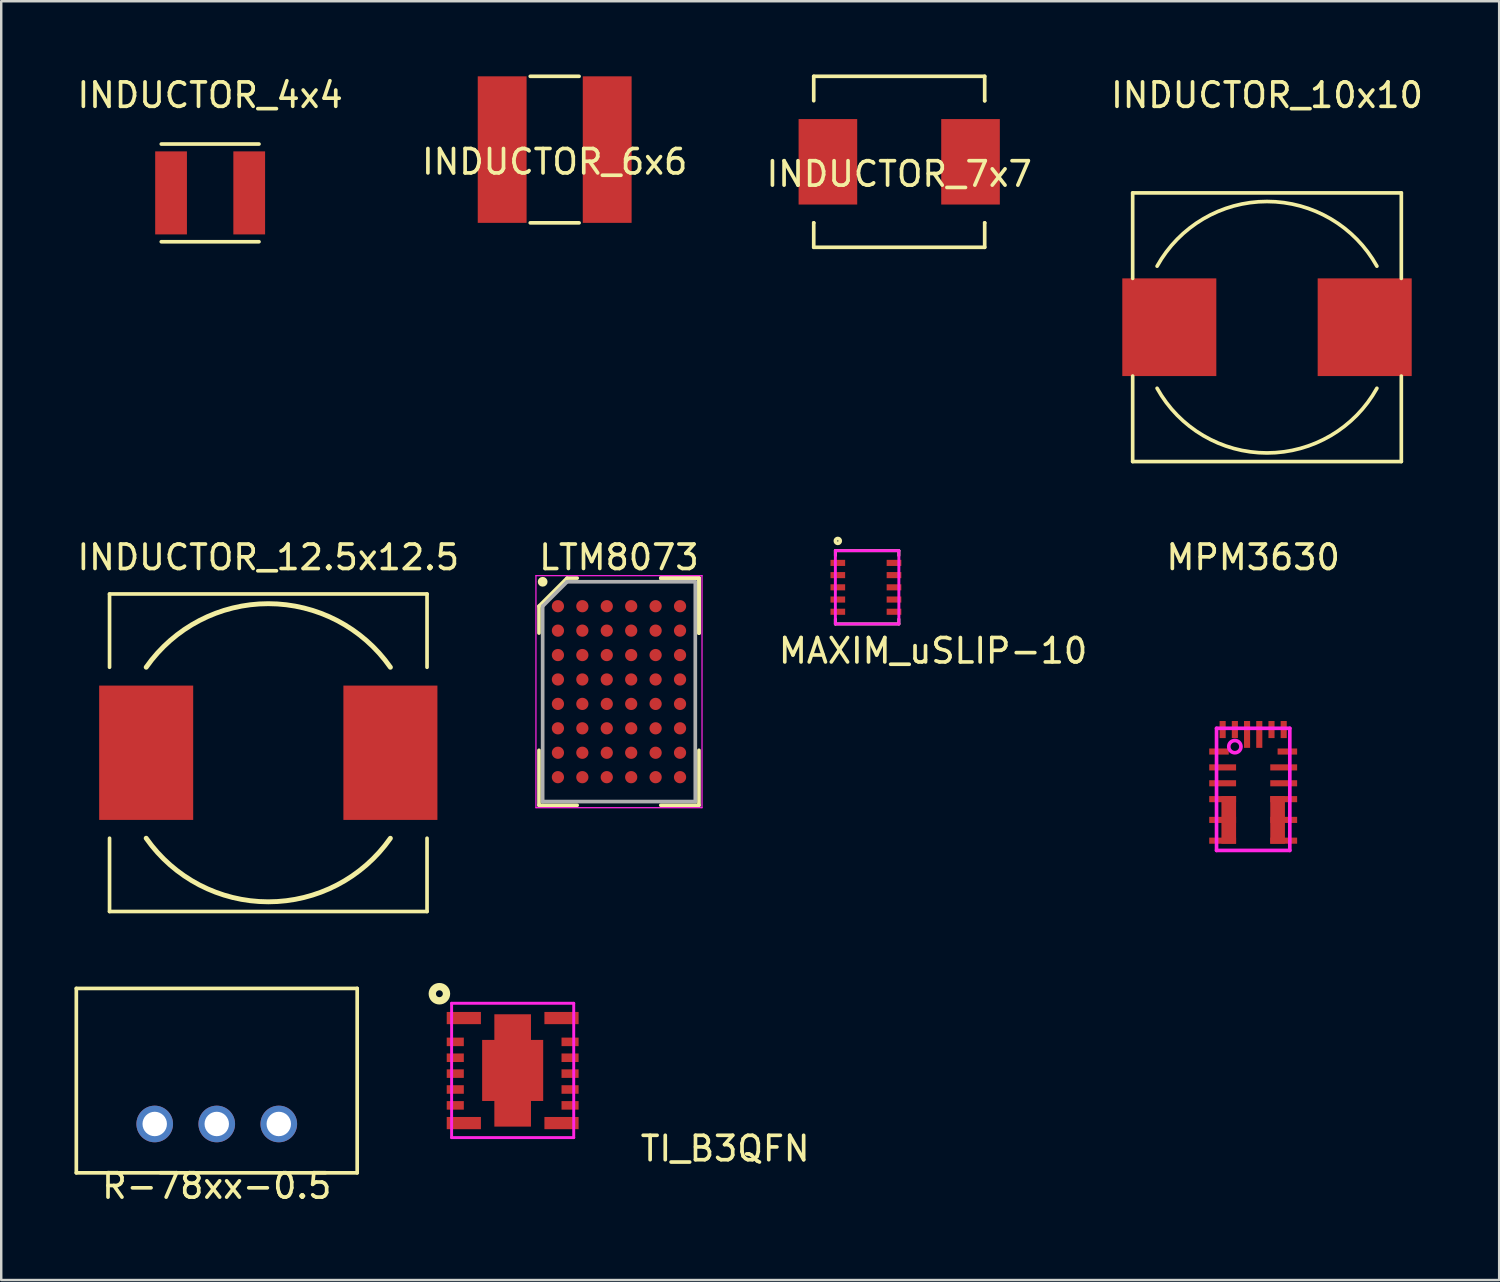
<source format=kicad_pcb>
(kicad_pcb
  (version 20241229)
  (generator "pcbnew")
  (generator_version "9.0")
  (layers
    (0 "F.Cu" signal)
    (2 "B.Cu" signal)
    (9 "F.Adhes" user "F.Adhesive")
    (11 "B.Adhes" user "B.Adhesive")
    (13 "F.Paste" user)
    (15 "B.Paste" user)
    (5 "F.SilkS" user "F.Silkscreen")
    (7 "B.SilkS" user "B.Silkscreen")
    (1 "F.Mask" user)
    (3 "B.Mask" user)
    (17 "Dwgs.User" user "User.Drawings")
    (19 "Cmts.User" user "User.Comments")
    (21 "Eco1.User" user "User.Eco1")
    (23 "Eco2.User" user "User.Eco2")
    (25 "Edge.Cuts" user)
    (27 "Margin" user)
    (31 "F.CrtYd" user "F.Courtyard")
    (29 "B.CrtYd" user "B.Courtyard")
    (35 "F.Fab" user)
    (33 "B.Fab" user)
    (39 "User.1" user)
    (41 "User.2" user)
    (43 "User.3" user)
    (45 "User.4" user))
  (footprint "TI_B3QFN"
    (layer "F.Cu")
    (at 17.941 40.779)
    (property "Reference" "TI_B3QFN" (at 8.7 3.2 0) (unlocked yes) (layer "F.SilkS") (effects (font (size 1 1) (thickness 0.15))))
    (attr through_hole)
    (fp_circle (center -3 -3.141) (end -2.859 -3.141) (stroke (width 0.3) (type solid)) (fill no) (layer "F.SilkS"))
    (fp_line (start -2.5 -2.75) (end -2.5 2.75) (stroke (width 0.12) (type solid)) (layer "F.CrtYd"))
    (fp_line (start -2.5 -2.75) (end 2.5 -2.75) (stroke (width 0.12) (type solid)) (layer "F.CrtYd"))
    (fp_line (start -2.5 2.75) (end 2.5 2.75) (stroke (width 0.12) (type solid)) (layer "F.CrtYd"))
    (fp_line (start 2.5 -2.75) (end 2.5 2.75) (stroke (width 0.12) (type solid)) (layer "F.CrtYd"))
    (pad "1" smd rect (at -2 -2.145) (size 1.4 0.5) (layers "F.Cu" "F.Mask" "F.Paste"))
    (pad "2" smd rect (at -2.35 -1.17) (size 0.7 0.35) (layers "F.Cu" "F.Mask" "F.Paste"))
    (pad "3" smd rect (at -2.35 -0.52) (size 0.7 0.35) (layers "F.Cu" "F.Mask" "F.Paste"))
    (pad "4" smd rect (at -2.35 0.13) (size 0.7 0.35) (layers "F.Cu" "F.Mask" "F.Paste"))
    (pad "5" smd rect (at -2.35 0.78) (size 0.7 0.35) (layers "F.Cu" "F.Mask" "F.Paste"))
    (pad "6" smd rect (at -2.35 1.43) (size 0.7 0.35) (layers "F.Cu" "F.Mask" "F.Paste"))
    (pad "7" smd rect (at -2 2.155) (size 1.4 0.5) (layers "F.Cu" "F.Mask" "F.Paste"))
    (pad "8" smd rect (at 2 2.155) (size 1.4 0.5) (layers "F.Cu" "F.Mask" "F.Paste"))
    (pad "9" smd rect (at 2.35 1.43) (size 0.7 0.35) (layers "F.Cu" "F.Mask" "F.Paste"))
    (pad "10" smd rect (at 2.35 0.78) (size 0.7 0.35) (layers "F.Cu" "F.Mask" "F.Paste"))
    (pad "11" smd rect (at 2.35 0.13) (size 0.7 0.35) (layers "F.Cu" "F.Mask" "F.Paste"))
    (pad "12" smd rect (at 2.35 -0.52) (size 0.7 0.35) (layers "F.Cu" "F.Mask" "F.Paste"))
    (pad "13" smd rect (at 2.35 -1.17) (size 0.7 0.35) (layers "F.Cu" "F.Mask" "F.Paste"))
    (pad "14" smd rect (at 2 -2.145) (size 1.4 0.5) (layers "F.Cu" "F.Mask" "F.Paste"))
    (pad "15" smd custom (at 0 0) (size 2.5 2.5) (layers "F.Cu" "F.Mask" "F.Paste") (options (anchor rect)) (primitives (gr_poly (pts (xy -0.75 -2.3) (xy 0.75 -2.3) (xy 0.75 2.3) (xy -0.75 2.3)) (width 0) (fill yes)))))
  (footprint "MAXIM_uSLIP-10"
    (layer "F.Cu")
    (at 32.454 21.098)
    (property "Reference" "MAXIM_uSLIP-10" (at 2.7 2.5 0) (layer "F.SilkS") (effects (font (size 1 1) (thickness 0.15))))
    (attr through_hole)
    (fp_line (start -1.3 -1.6) (end -1.3 -1.4) (stroke (width 0.12) (type solid)) (layer "F.SilkS"))
    (fp_line (start -1.3 1.2) (end -1.3 1.4) (stroke (width 0.12) (type solid)) (layer "F.SilkS"))
    (fp_line (start -1.3 1.4) (end 1.3 1.4) (stroke (width 0.12) (type solid)) (layer "F.SilkS"))
    (fp_line (start 1.3 -1.6) (end -1.3 -1.6) (stroke (width 0.12) (type solid)) (layer "F.SilkS"))
    (fp_line (start 1.3 -1.6) (end 1.3 -1.4) (stroke (width 0.12) (type solid)) (layer "F.SilkS"))
    (fp_line (start 1.3 1.4) (end 1.3 1.2) (stroke (width 0.12) (type solid)) (layer "F.SilkS"))
    (fp_circle (center -1.2 -2) (end -1.1 -2) (stroke (width 0.15) (type solid)) (fill no) (layer "F.SilkS"))
    (fp_line (start -1.3 -1.6) (end 1.3 -1.6) (stroke (width 0.12) (type solid)) (layer "F.CrtYd"))
    (fp_line (start -1.3 1.4) (end -1.3 -1.6) (stroke (width 0.12) (type solid)) (layer "F.CrtYd"))
    (fp_line (start 1.3 -1.6) (end 1.3 1.4) (stroke (width 0.12) (type solid)) (layer "F.CrtYd"))
    (fp_line (start 1.3 1.4) (end -1.3 1.4) (stroke (width 0.12) (type solid)) (layer "F.CrtYd"))
    (pad "1" smd rect (at -1.2 -1.1) (size 0.6 0.25) (layers "F.Cu" "F.Mask" "F.Paste"))
    (pad "2" smd rect (at -1.2 -0.6) (size 0.6 0.25) (layers "F.Cu" "F.Mask" "F.Paste"))
    (pad "3" smd rect (at -1.2 -0.1) (size 0.6 0.25) (layers "F.Cu" "F.Mask" "F.Paste"))
    (pad "4" smd rect (at -1.2 0.4) (size 0.6 0.25) (layers "F.Cu" "F.Mask" "F.Paste"))
    (pad "5" smd rect (at -1.2 0.9) (size 0.6 0.25) (layers "F.Cu" "F.Mask" "F.Paste"))
    (pad "6" smd rect (at 1.1 0.9) (size 0.6 0.25) (layers "F.Cu" "F.Mask" "F.Paste"))
    (pad "7" smd rect (at 1.1 0.4) (size 0.6 0.25) (layers "F.Cu" "F.Mask" "F.Paste"))
    (pad "8" smd rect (at 1.1 -0.1) (size 0.6 0.25) (layers "F.Cu" "F.Mask" "F.Paste"))
    (pad "9" smd rect (at 1.1 -0.6) (size 0.6 0.25) (layers "F.Cu" "F.Mask" "F.Paste"))
    (pad "10" smd rect (at 1.1 -1.1) (size 0.6 0.25) (layers "F.Cu" "F.Mask" "F.Paste")))
  (footprint "INDUCTOR_6x6"
    (layer "F.Cu")
    (at 19.661 3.075)
    (property "Reference" "INDUCTOR_6x6" (at 0 0.5 0) (layer "F.SilkS") (effects (font (size 1 1) (thickness 0.15))))
    (attr through_hole)
    (fp_line (start -1 -3) (end 1 -3) (stroke (width 0.15) (type solid)) (layer "F.SilkS"))
    (fp_line (start -1 3) (end 1 3) (stroke (width 0.15) (type solid)) (layer "F.SilkS"))
    (pad "1" smd rect (at -2.15 0) (size 2 6) (layers "F.Cu" "F.Mask" "F.Paste"))
    (pad "2" smd rect (at 2.15 0) (size 2 6) (layers "F.Cu" "F.Mask" "F.Paste")))
  (footprint "INDUCTOR_7x7"
    (layer "F.Cu")
    (at 33.768 3.575)
    (property "Reference" "INDUCTOR_7x7" (at 0 0.5 0) (layer "F.SilkS") (effects (font (size 1 1) (thickness 0.15))))
    (attr through_hole)
    (fp_line (start -3.5 -3.5) (end -3.5 -2.5) (stroke (width 0.15) (type solid)) (layer "F.SilkS"))
    (fp_line (start -3.5 -3.5) (end 3.5 -3.5) (stroke (width 0.15) (type solid)) (layer "F.SilkS"))
    (fp_line (start -3.5 2.5) (end -3.5 2.5) (stroke (width 0.15) (type solid)) (layer "F.SilkS"))
    (fp_line (start -3.5 3.5) (end -3.5 2.5) (stroke (width 0.15) (type solid)) (layer "F.SilkS"))
    (fp_line (start -3.5 3.5) (end 3.5 3.5) (stroke (width 0.15) (type solid)) (layer "F.SilkS"))
    (fp_line (start 3.5 -3.5) (end 3.5 -2.5) (stroke (width 0.15) (type solid)) (layer "F.SilkS"))
    (fp_line (start 3.5 -2.5) (end 3.5 -2.5) (stroke (width 0.15) (type solid)) (layer "F.SilkS"))
    (fp_line (start 3.5 2.5) (end 3.5 2.5) (stroke (width 0.15) (type solid)) (layer "F.SilkS"))
    (fp_line (start 3.5 3.5) (end 3.5 2.5) (stroke (width 0.15) (type solid)) (layer "F.SilkS"))
    (pad "1" smd rect (at -2.92 0) (size 2.4 3.5) (layers "F.Cu" "F.Mask" "F.Paste"))
    (pad "2" smd rect (at 2.92 0) (size 2.4 3.5) (layers "F.Cu" "F.Mask" "F.Paste")))
  (footprint "INDUCTOR_12.5x12.5"
    (layer "F.Cu")
    (at 7.935 27.771)
    (property "Reference" "INDUCTOR_12.5x12.5" (at 0 -8 0) (layer "F.SilkS") (effects (font (size 1 1) (thickness 0.15))))
    (attr through_hole)
    (fp_line (start -6.5 -6.5) (end 6.5 -6.5) (stroke (width 0.15) (type solid)) (layer "F.SilkS"))
    (fp_line (start -6.5 -3.5) (end -6.5 -6.5) (stroke (width 0.15) (type solid)) (layer "F.SilkS"))
    (fp_line (start -6.5 6.5) (end -6.5 3.5) (stroke (width 0.15) (type solid)) (layer "F.SilkS"))
    (fp_line (start 6.5 -6.5) (end 6.5 -3.5) (stroke (width 0.15) (type solid)) (layer "F.SilkS"))
    (fp_line (start 6.5 3.5) (end 6.5 6.5) (stroke (width 0.15) (type solid)) (layer "F.SilkS"))
    (fp_line (start 6.5 6.5) (end -6.5 6.5) (stroke (width 0.15) (type solid)) (layer "F.SilkS"))
    (fp_arc (start -4.999024 -3.501392) (mid 0.00085 -6.103277) (end 4.999999 -3.499999) (stroke (width 0.2) (type solid)) (layer "F.SilkS"))
    (fp_arc (start 4.999024 3.501392) (mid -0.00085 6.103277) (end -4.999999 3.499999) (stroke (width 0.2) (type solid)) (layer "F.SilkS"))
    (pad "1" smd rect (at -5 0) (size 3.85 5.5) (layers "F.Cu" "F.Mask" "F.Paste"))
    (pad "2" smd rect (at 5 0) (size 3.85 5.5) (layers "F.Cu" "F.Mask" "F.Paste")))
  (footprint "R-78xx-0.5"
    (layer "F.Cu")
    (at 5.825 42.971)
    (property "Reference" "R-78xx-0.5" (at 0 2.54 0) (layer "F.SilkS") (effects (font (size 1 1) (thickness 0.15))))
    (attr through_hole)
    (fp_line (start -5.75 -5.55) (end 5.75 -5.55) (stroke (width 0.15) (type solid)) (layer "F.SilkS"))
    (fp_line (start -5.75 2) (end -5.75 -5.55) (stroke (width 0.15) (type solid)) (layer "F.SilkS"))
    (fp_line (start -5.75 2) (end 5.75 2) (stroke (width 0.15) (type solid)) (layer "F.SilkS"))
    (fp_line (start 5.75 -5.55) (end 5.75 2) (stroke (width 0.15) (type solid)) (layer "F.SilkS"))
    (pad "1" thru_hole circle (at -2.54 0) (size 1.5 1.5) (drill 1) (layers "*.Cu" "*.Mask"))
    (pad "2" thru_hole circle (at 0 0) (size 1.5 1.5) (drill 1) (layers "*.Cu" "*.Mask"))
    (pad "3" thru_hole circle (at 2.54 0) (size 1.5 1.5) (drill 1) (layers "*.Cu" "*.Mask")))
  (footprint "LTM8073"
    (layer "F.Cu")
    (at 22.294 25.271)
    (property "Reference" "LTM8073" (at 0 -5.5 0) (layer "F.SilkS") (effects (font (size 1 1) (thickness 0.15))))
    (attr smd)
    (fp_line (start -3.275 -3.5) (end -3.275 -2.4) (stroke (width 0.15) (type solid)) (layer "F.SilkS"))
    (fp_line (start -3.275 4.65) (end -3.275 2.4) (stroke (width 0.15) (type solid)) (layer "F.SilkS"))
    (fp_line (start -2.125 -4.65) (end -3.275 -3.5) (stroke (width 0.15) (type solid)) (layer "F.SilkS"))
    (fp_line (start -1.712 -4.65) (end -2.125 -4.65) (stroke (width 0.15) (type solid)) (layer "F.SilkS"))
    (fp_line (start -1.712 4.65) (end -3.275 4.65) (stroke (width 0.15) (type solid)) (layer "F.SilkS"))
    (fp_line (start 1.712 -4.65) (end 3.275 -4.65) (stroke (width 0.15) (type solid)) (layer "F.SilkS"))
    (fp_line (start 1.712 -4.65) (end 3.275 -4.65) (stroke (width 0.15) (type solid)) (layer "F.SilkS"))
    (fp_line (start 1.712 -4.65) (end 3.275 -4.65) (stroke (width 0.15) (type solid)) (layer "F.SilkS"))
    (fp_line (start 1.712 4.65) (end 3.275 4.65) (stroke (width 0.15) (type solid)) (layer "F.SilkS"))
    (fp_line (start 3.275 -4.65) (end 3.275 -2.4) (stroke (width 0.15) (type solid)) (layer "F.SilkS"))
    (fp_line (start 3.275 -4.65) (end 3.275 -2.4) (stroke (width 0.15) (type solid)) (layer "F.SilkS"))
    (fp_line (start 3.275 -4.65) (end 3.275 -2.4) (stroke (width 0.15) (type solid)) (layer "F.SilkS"))
    (fp_line (start 3.275 4.65) (end 3.275 2.4) (stroke (width 0.15) (type solid)) (layer "F.SilkS"))
    (fp_circle (center -3.125 -4.5) (end -3.125 -4.4) (stroke (width 0.2) (type solid)) (fill no) (layer "F.SilkS"))
    (fp_line (start -3.4 -4.75) (end 3.4 -4.75) (stroke (width 0.05) (type solid)) (layer "F.CrtYd"))
    (fp_line (start -3.4 4.75) (end -3.4 -4.75) (stroke (width 0.05) (type solid)) (layer "F.CrtYd"))
    (fp_line (start 3.4 -4.75) (end 3.4 4.75) (stroke (width 0.05) (type solid)) (layer "F.CrtYd"))
    (fp_line (start 3.4 4.75) (end -3.4 4.75) (stroke (width 0.05) (type solid)) (layer "F.CrtYd"))
    (fp_line (start -3.125 -3.5) (end -3.125 4.5) (stroke (width 0.15) (type solid)) (layer "F.Fab"))
    (fp_line (start -3.125 4.5) (end 3.125 4.5) (stroke (width 0.15) (type solid)) (layer "F.Fab"))
    (fp_line (start -2.125 -4.5) (end -3.125 -3.5) (stroke (width 0.15) (type solid)) (layer "F.Fab"))
    (fp_line (start 3.125 -4.5) (end -2.125 -4.5) (stroke (width 0.15) (type solid)) (layer "F.Fab"))
    (fp_line (start 3.125 4.5) (end 3.125 -4.5) (stroke (width 0.15) (type solid)) (layer "F.Fab"))
    (pad "A1" smd circle (at -2.5 -3.5) (size 0.5 0.5) (layers "F.Cu" "F.Mask" "F.Paste"))
    (pad "A2" smd circle (at -1.5 -3.5) (size 0.5 0.5) (layers "F.Cu" "F.Mask" "F.Paste"))
    (pad "A3" smd circle (at -0.5 -3.5) (size 0.5 0.5) (layers "F.Cu" "F.Mask" "F.Paste"))
    (pad "A4" smd circle (at 0.5 -3.5) (size 0.5 0.5) (layers "F.Cu" "F.Mask" "F.Paste"))
    (pad "A5" smd circle (at 1.5 -3.5) (size 0.5 0.5) (layers "F.Cu" "F.Mask" "F.Paste"))
    (pad "A6" smd circle (at 2.5 -3.5) (size 0.5 0.5) (layers "F.Cu" "F.Mask" "F.Paste"))
    (pad "B1" smd circle (at -2.5 -2.5) (size 0.5 0.5) (layers "F.Cu" "F.Mask" "F.Paste"))
    (pad "B2" smd circle (at -1.5 -2.5) (size 0.5 0.5) (layers "F.Cu" "F.Mask" "F.Paste"))
    (pad "B3" smd circle (at -0.5 -2.5) (size 0.5 0.5) (layers "F.Cu" "F.Mask" "F.Paste"))
    (pad "B4" smd circle (at 0.5 -2.5) (size 0.5 0.5) (layers "F.Cu" "F.Mask" "F.Paste"))
    (pad "B5" smd circle (at 1.5 -2.5) (size 0.5 0.5) (layers "F.Cu" "F.Mask" "F.Paste"))
    (pad "B6" smd circle (at 2.5 -2.5) (size 0.5 0.5) (layers "F.Cu" "F.Mask" "F.Paste"))
    (pad "C1" smd circle (at -2.5 -1.5) (size 0.5 0.5) (layers "F.Cu" "F.Mask" "F.Paste"))
    (pad "C2" smd circle (at -1.5 -1.5) (size 0.5 0.5) (layers "F.Cu" "F.Mask" "F.Paste"))
    (pad "C3" smd circle (at -0.5 -1.5) (size 0.5 0.5) (layers "F.Cu" "F.Mask" "F.Paste"))
    (pad "C4" smd circle (at 0.5 -1.5) (size 0.5 0.5) (layers "F.Cu" "F.Mask" "F.Paste"))
    (pad "C5" smd circle (at 1.5 -1.5) (size 0.5 0.5) (layers "F.Cu" "F.Mask" "F.Paste"))
    (pad "C6" smd circle (at 2.5 -1.5) (size 0.5 0.5) (layers "F.Cu" "F.Mask" "F.Paste"))
    (pad "D1" smd circle (at -2.5 -0.5) (size 0.5 0.5) (layers "F.Cu" "F.Mask" "F.Paste"))
    (pad "D2" smd circle (at -1.5 -0.5) (size 0.5 0.5) (layers "F.Cu" "F.Mask" "F.Paste"))
    (pad "D3" smd circle (at -0.5 -0.5) (size 0.5 0.5) (layers "F.Cu" "F.Mask" "F.Paste"))
    (pad "D4" smd circle (at 0.5 -0.5) (size 0.5 0.5) (layers "F.Cu" "F.Mask" "F.Paste"))
    (pad "D5" smd circle (at 1.5 -0.5) (size 0.5 0.5) (layers "F.Cu" "F.Mask" "F.Paste"))
    (pad "D6" smd circle (at 2.5 -0.5) (size 0.5 0.5) (layers "F.Cu" "F.Mask" "F.Paste"))
    (pad "E1" smd circle (at -2.5 0.5) (size 0.5 0.5) (layers "F.Cu" "F.Mask" "F.Paste"))
    (pad "E2" smd circle (at -1.5 0.5) (size 0.5 0.5) (layers "F.Cu" "F.Mask" "F.Paste"))
    (pad "E3" smd circle (at -0.5 0.5) (size 0.5 0.5) (layers "F.Cu" "F.Mask" "F.Paste"))
    (pad "E4" smd circle (at 0.5 0.5) (size 0.5 0.5) (layers "F.Cu" "F.Mask" "F.Paste"))
    (pad "E5" smd circle (at 1.5 0.5) (size 0.5 0.5) (layers "F.Cu" "F.Mask" "F.Paste"))
    (pad "E6" smd circle (at 2.5 0.5) (size 0.5 0.5) (layers "F.Cu" "F.Mask" "F.Paste"))
    (pad "F1" smd circle (at -2.5 1.5) (size 0.5 0.5) (layers "F.Cu" "F.Mask" "F.Paste"))
    (pad "F2" smd circle (at -1.5 1.5) (size 0.5 0.5) (layers "F.Cu" "F.Mask" "F.Paste"))
    (pad "F3" smd circle (at -0.5 1.5) (size 0.5 0.5) (layers "F.Cu" "F.Mask" "F.Paste"))
    (pad "F4" smd circle (at 0.5 1.5) (size 0.5 0.5) (layers "F.Cu" "F.Mask" "F.Paste"))
    (pad "F5" smd circle (at 1.5 1.5) (size 0.5 0.5) (layers "F.Cu" "F.Mask" "F.Paste"))
    (pad "F6" smd circle (at 2.5 1.5) (size 0.5 0.5) (layers "F.Cu" "F.Mask" "F.Paste"))
    (pad "G1" smd circle (at -2.5 2.5) (size 0.5 0.5) (layers "F.Cu" "F.Mask" "F.Paste"))
    (pad "G2" smd circle (at -1.5 2.5) (size 0.5 0.5) (layers "F.Cu" "F.Mask" "F.Paste"))
    (pad "G3" smd circle (at -0.5 2.5) (size 0.5 0.5) (layers "F.Cu" "F.Mask" "F.Paste"))
    (pad "G4" smd circle (at 0.5 2.5) (size 0.5 0.5) (layers "F.Cu" "F.Mask" "F.Paste"))
    (pad "G5" smd circle (at 1.5 2.5) (size 0.5 0.5) (layers "F.Cu" "F.Mask" "F.Paste"))
    (pad "G6" smd circle (at 2.5 2.5) (size 0.5 0.5) (layers "F.Cu" "F.Mask" "F.Paste"))
    (pad "H1" smd circle (at -2.5 3.5) (size 0.5 0.5) (layers "F.Cu" "F.Mask" "F.Paste"))
    (pad "H2" smd circle (at -1.5 3.5) (size 0.5 0.5) (layers "F.Cu" "F.Mask" "F.Paste"))
    (pad "H3" smd circle (at -0.5 3.5) (size 0.5 0.5) (layers "F.Cu" "F.Mask" "F.Paste"))
    (pad "H4" smd circle (at 0.5 3.5) (size 0.5 0.5) (layers "F.Cu" "F.Mask" "F.Paste"))
    (pad "H5" smd circle (at 1.5 3.5) (size 0.5 0.5) (layers "F.Cu" "F.Mask" "F.Paste"))
    (pad "H6" smd circle (at 2.5 3.5) (size 0.5 0.5) (layers "F.Cu" "F.Mask" "F.Paste")))
  (footprint "INDUCTOR_4x4"
    (layer "F.Cu")
    (at 5.554 4.848)
    (property "Reference" "INDUCTOR_4x4" (at 0 -4 0) (layer "F.SilkS") (effects (font (size 1 1) (thickness 0.15))))
    (attr through_hole)
    (fp_line (start -2 2) (end 2 2) (stroke (width 0.15) (type solid)) (layer "F.SilkS"))
    (fp_line (start 2 -2) (end -2 -2) (stroke (width 0.15) (type solid)) (layer "F.SilkS"))
    (pad "1" smd rect (at -1.6 0) (size 1.3 3.4) (layers "F.Cu" "F.Mask" "F.Paste"))
    (pad "2" smd rect (at 1.6 0) (size 1.3 3.4) (layers "F.Cu" "F.Mask" "F.Paste")))
  (footprint "INDUCTOR_10x10"
    (layer "F.Cu")
    (at 48.827 10.348)
    (property "Reference" "INDUCTOR_10x10" (at 0 -9.5 0) (layer "F.SilkS") (effects (font (size 1 1) (thickness 0.15))))
    (attr through_hole)
    (fp_line (start -5.5 -5.5) (end 5.5 -5.5) (stroke (width 0.15) (type solid)) (layer "F.SilkS"))
    (fp_line (start -5.5 -2) (end -5.5 -5.5) (stroke (width 0.15) (type solid)) (layer "F.SilkS"))
    (fp_line (start -5.5 5.5) (end -5.5 2) (stroke (width 0.15) (type solid)) (layer "F.SilkS"))
    (fp_line (start 5.5 -5.5) (end 5.5 -2) (stroke (width 0.15) (type solid)) (layer "F.SilkS"))
    (fp_line (start 5.5 2) (end 5.5 5.5) (stroke (width 0.15) (type solid)) (layer "F.SilkS"))
    (fp_line (start 5.5 5.5) (end -5.5 5.5) (stroke (width 0.15) (type solid)) (layer "F.SilkS"))
    (fp_arc (start -4.499999 -2.5) (mid 0 -5.147814) (end 4.499999 -2.499999) (stroke (width 0.15) (type solid)) (layer "F.SilkS"))
    (fp_arc (start 4.499999 2.5) (mid 0 5.147814) (end -4.499999 2.499999) (stroke (width 0.15) (type solid)) (layer "F.SilkS"))
    (pad "1" smd rect (at -4 0) (size 3.85 4) (layers "F.Cu" "F.Mask" "F.Paste"))
    (pad "2" smd rect (at 4 0) (size 3.85 4) (layers "F.Cu" "F.Mask" "F.Paste")))
  (footprint "MPM3630"
    (layer "F.Cu")
    (at 48.261 29.271)
    (property "Reference" "MPM3630" (at 0 -9.5 0) (layer "F.SilkS") (effects (font (size 1 1) (thickness 0.15))))
    (attr through_hole)
    (fp_line (start -1.5 -2.5) (end 1.5 -2.5) (stroke (width 0.15) (type solid)) (layer "F.CrtYd"))
    (fp_line (start -1.5 2.5) (end -1.5 -2.5) (stroke (width 0.15) (type solid)) (layer "F.CrtYd"))
    (fp_line (start 1.5 -2.5) (end 1.5 2.5) (stroke (width 0.15) (type solid)) (layer "F.CrtYd"))
    (fp_line (start 1.5 2.5) (end -1.5 2.5) (stroke (width 0.15) (type solid)) (layer "F.CrtYd"))
    (fp_circle (center -0.75 -1.75) (end -0.5 -1.75) (stroke (width 0.15) (type solid)) (fill no) (layer "F.CrtYd"))
    (pad "1" smd rect (at -1.4 -1.55) (size 0.8 0.25) (layers "F.Cu" "F.Mask" "F.Paste"))
    (pad "2" smd rect (at -1.25 -0.9) (size 1.1 0.25) (layers "F.Cu" "F.Mask" "F.Paste"))
    (pad "3" smd rect (at -1.25 -0.25) (size 1.1 0.25) (layers "F.Cu" "F.Mask" "F.Paste"))
    (pad "4" smd rect (at -1.25 0.4) (size 1.1 0.25) (layers "F.Cu" "F.Mask" "F.Paste"))
    (pad "5" smd rect (at -1.25 1.25) (size 1.1 0.25) (layers "F.Cu" "F.Mask" "F.Paste"))
    (pad "5" smd rect (at -1 1.25) (size 0.6 1.95) (layers "F.Cu" "F.Mask" "F.Paste"))
    (pad "6" smd rect (at -1.25 2.1) (size 1.1 0.25) (layers "F.Cu" "F.Mask" "F.Paste"))
    (pad "7" smd rect (at 1.25 2.1) (size 1.1 0.25) (layers "F.Cu" "F.Mask" "F.Paste"))
    (pad "8" smd rect (at 1 1.25) (size 0.6 1.95) (layers "F.Cu" "F.Mask" "F.Paste"))
    (pad "8" smd rect (at 1.25 1.25) (size 1.1 0.25) (layers "F.Cu" "F.Mask" "F.Paste"))
    (pad "9" smd rect (at 1.25 0.4) (size 1.1 0.25) (layers "F.Cu" "F.Mask" "F.Paste"))
    (pad "10" smd rect (at 1.25 -0.25) (size 1.1 0.25) (layers "F.Cu" "F.Mask" "F.Paste"))
    (pad "11" smd rect (at 1.25 -0.9) (size 1.1 0.25) (layers "F.Cu" "F.Mask" "F.Paste"))
    (pad "12" smd rect (at 1.4 -1.55) (size 0.8 0.25) (layers "F.Cu" "F.Mask" "F.Paste"))
    (pad "13" smd rect (at 1.25 -2.45) (size 0.25 0.7) (layers "F.Cu" "F.Mask" "F.Paste"))
    (pad "14" smd rect (at 0.75 -2.45) (size 0.25 0.7) (layers "F.Cu" "F.Mask" "F.Paste"))
    (pad "15" smd rect (at 0.25 -2.25) (size 0.25 1.1) (layers "F.Cu" "F.Mask" "F.Paste"))
    (pad "16" smd rect (at -0.25 -2.25) (size 0.25 1.1) (layers "F.Cu" "F.Mask" "F.Paste"))
    (pad "17" smd rect (at -0.75 -2.45) (size 0.25 0.7) (layers "F.Cu" "F.Mask" "F.Paste"))
    (pad "18" smd rect (at -1.25 -2.45) (size 0.25 0.7) (layers "F.Cu" "F.Mask" "F.Paste")))
  (gr_rect
    (start -3 -3)
    (end 58.333 49.36)
    (stroke (width 0.1) (type default))
    (fill no)
    (layer "Edge.Cuts")))
</source>
